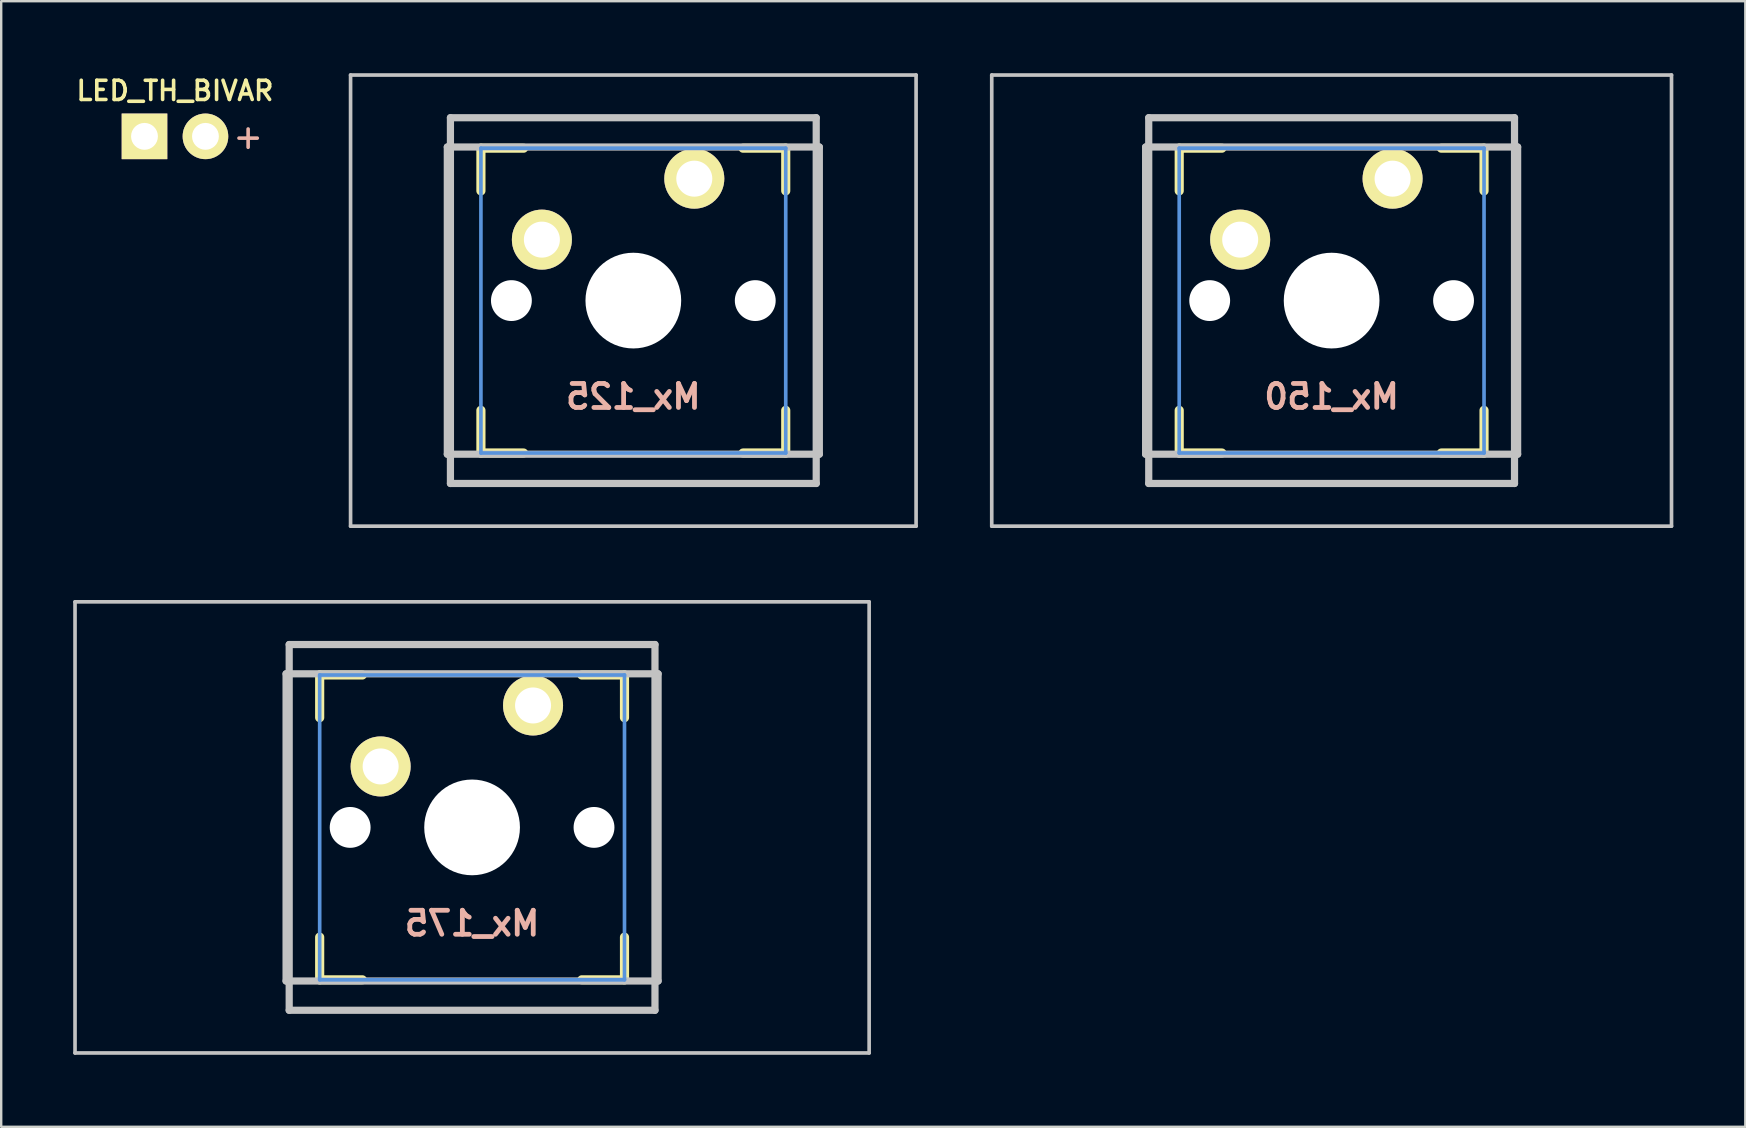
<source format=kicad_pcb>
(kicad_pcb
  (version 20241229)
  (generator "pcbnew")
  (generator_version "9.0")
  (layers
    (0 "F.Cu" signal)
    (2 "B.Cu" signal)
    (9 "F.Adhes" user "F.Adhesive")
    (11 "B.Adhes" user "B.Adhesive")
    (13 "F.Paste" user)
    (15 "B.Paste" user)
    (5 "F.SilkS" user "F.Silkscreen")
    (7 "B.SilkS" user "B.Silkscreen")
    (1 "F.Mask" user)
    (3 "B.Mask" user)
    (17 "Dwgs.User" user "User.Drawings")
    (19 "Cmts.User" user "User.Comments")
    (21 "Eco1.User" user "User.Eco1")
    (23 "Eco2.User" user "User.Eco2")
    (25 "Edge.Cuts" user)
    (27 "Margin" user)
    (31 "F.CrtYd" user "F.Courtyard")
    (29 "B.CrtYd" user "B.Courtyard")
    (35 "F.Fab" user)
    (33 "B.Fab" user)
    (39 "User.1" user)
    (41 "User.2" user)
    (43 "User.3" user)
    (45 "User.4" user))
  (footprint "Mx_125"
    (layer "F.Cu")
    (at 23.337 9.474)
    (property "Reference" "Mx_125" (at 0 4 0) (layer "B.SilkS") (effects (font (size 1 1) (thickness 0.2)) (justify mirror)))
    (attr through_hole)
    (fp_line (start -6.35 -6.35) (end -4.572 -6.35) (stroke (width 0.381) (type solid)) (layer "F.SilkS"))
    (fp_line (start -6.35 -4.572) (end -6.35 -6.35) (stroke (width 0.381) (type solid)) (layer "F.SilkS"))
    (fp_line (start -6.35 6.35) (end -6.35 4.572) (stroke (width 0.381) (type solid)) (layer "F.SilkS"))
    (fp_line (start -4.572 6.35) (end -6.35 6.35) (stroke (width 0.381) (type solid)) (layer "F.SilkS"))
    (fp_line (start 4.572 -6.35) (end 6.35 -6.35) (stroke (width 0.381) (type solid)) (layer "F.SilkS"))
    (fp_line (start 6.35 -6.35) (end 6.35 -4.572) (stroke (width 0.381) (type solid)) (layer "F.SilkS"))
    (fp_line (start 6.35 4.572) (end 6.35 6.35) (stroke (width 0.381) (type solid)) (layer "F.SilkS"))
    (fp_line (start 6.35 6.35) (end 4.572 6.35) (stroke (width 0.381) (type solid)) (layer "F.SilkS"))
    (fp_line (start -11.781 -9.398) (end 11.781 -9.398) (stroke (width 0.152) (type solid)) (layer "Dwgs.User"))
    (fp_line (start -11.781 9.398) (end -11.781 -9.398) (stroke (width 0.152) (type solid)) (layer "Dwgs.User"))
    (fp_line (start -7.75 6.4) (end -7.75 -6.4) (stroke (width 0.3) (type solid)) (layer "Dwgs.User"))
    (fp_line (start -7.75 6.4) (end 7.75 6.4) (stroke (width 0.3) (type solid)) (layer "Dwgs.User"))
    (fp_line (start -7.62 -7.62) (end 7.62 -7.62) (stroke (width 0.3) (type solid)) (layer "Dwgs.User"))
    (fp_line (start -7.62 7.62) (end -7.62 -7.62) (stroke (width 0.3) (type solid)) (layer "Dwgs.User"))
    (fp_line (start 7.62 -7.62) (end 7.62 7.62) (stroke (width 0.3) (type solid)) (layer "Dwgs.User"))
    (fp_line (start 7.62 7.62) (end -7.62 7.62) (stroke (width 0.3) (type solid)) (layer "Dwgs.User"))
    (fp_line (start 7.75 -6.4) (end -7.75 -6.4) (stroke (width 0.3) (type solid)) (layer "Dwgs.User"))
    (fp_line (start 7.75 6.4) (end 7.75 -6.4) (stroke (width 0.3) (type solid)) (layer "Dwgs.User"))
    (fp_line (start 11.781 -9.398) (end 11.781 9.398) (stroke (width 0.152) (type solid)) (layer "Dwgs.User"))
    (fp_line (start 11.781 9.398) (end -11.781 9.398) (stroke (width 0.152) (type solid)) (layer "Dwgs.User"))
    (fp_line (start -6.35 -6.35) (end 6.35 -6.35) (stroke (width 0.152) (type solid)) (layer "Cmts.User"))
    (fp_line (start -6.35 6.35) (end -6.35 -6.35) (stroke (width 0.152) (type solid)) (layer "Cmts.User"))
    (fp_line (start 6.35 -6.35) (end 6.35 6.35) (stroke (width 0.152) (type solid)) (layer "Cmts.User"))
    (fp_line (start 6.35 6.35) (end -6.35 6.35) (stroke (width 0.152) (type solid)) (layer "Cmts.User"))
    (fp_line (start -6.985 -6.985) (end 6.985 -6.985) (stroke (width 0.152) (type solid)) (layer "Eco2.User"))
    (fp_line (start -6.985 6.985) (end -6.985 -6.985) (stroke (width 0.152) (type solid)) (layer "Eco2.User"))
    (fp_line (start 6.985 -6.985) (end 6.985 6.985) (stroke (width 0.152) (type solid)) (layer "Eco2.User"))
    (fp_line (start 6.985 6.985) (end -6.985 6.985) (stroke (width 0.152) (type solid)) (layer "Eco2.User"))
    (pad "" np_thru_hole circle (at -5.08 0) (size 1.702 1.702) (drill 1.702) (layers "*.Cu"))
    (pad "" np_thru_hole circle (at 0 0) (size 3.988 3.988) (drill 3.988) (layers "*.Cu"))
    (pad "" np_thru_hole circle (at 5.08 0) (size 1.702 1.702) (drill 1.702) (layers "*.Cu"))
    (pad "1" thru_hole circle (at -3.81 -2.54 330.95) (size 2.5 2.5) (drill 1.5) (layers "*.Cu" "*.Mask" "F.SilkS"))
    (pad "2" thru_hole circle (at 2.54 -5.08 356.1) (size 2.5 2.5) (drill 1.5) (layers "*.Cu" "*.Mask" "F.SilkS")))
  (footprint "LED_TH_BIVAR"
    (layer "F.Cu")
    (at 4.24 2.631)
    (property "Reference" "LED_TH_BIVAR" (at 0 -1.9 0) (layer "F.SilkS") (effects (font (size 0.8 0.8) (thickness 0.15))))
    (attr through_hole)
    (fp_text user "+" (at 3.048 0 0) (layer "B.SilkS") (effects (font (size 1 1) (thickness 0.15)) (justify mirror)))
    (pad "1" thru_hole rect (at -1.27 0) (size 1.9 1.9) (drill 1.118) (layers "*.Cu" "*.Mask" "F.SilkS"))
    (pad "2" thru_hole circle (at 1.27 0) (size 1.9 1.9) (drill 1.118) (layers "*.Cu" "*.Mask" "F.SilkS")))
  (footprint "Mx_150"
    (layer "F.Cu")
    (at 52.431 9.474)
    (property "Reference" "Mx_150" (at 0 4 0) (layer "B.SilkS") (effects (font (size 1 1) (thickness 0.2)) (justify mirror)))
    (attr through_hole)
    (fp_line (start -6.35 -6.35) (end -4.572 -6.35) (stroke (width 0.381) (type solid)) (layer "F.SilkS"))
    (fp_line (start -6.35 -4.572) (end -6.35 -6.35) (stroke (width 0.381) (type solid)) (layer "F.SilkS"))
    (fp_line (start -6.35 6.35) (end -6.35 4.572) (stroke (width 0.381) (type solid)) (layer "F.SilkS"))
    (fp_line (start -4.572 6.35) (end -6.35 6.35) (stroke (width 0.381) (type solid)) (layer "F.SilkS"))
    (fp_line (start 4.572 -6.35) (end 6.35 -6.35) (stroke (width 0.381) (type solid)) (layer "F.SilkS"))
    (fp_line (start 6.35 -6.35) (end 6.35 -4.572) (stroke (width 0.381) (type solid)) (layer "F.SilkS"))
    (fp_line (start 6.35 4.572) (end 6.35 6.35) (stroke (width 0.381) (type solid)) (layer "F.SilkS"))
    (fp_line (start 6.35 6.35) (end 4.572 6.35) (stroke (width 0.381) (type solid)) (layer "F.SilkS"))
    (fp_line (start -14.161 -9.398) (end 14.161 -9.398) (stroke (width 0.152) (type solid)) (layer "Dwgs.User"))
    (fp_line (start -14.161 9.398) (end -14.161 -9.398) (stroke (width 0.152) (type solid)) (layer "Dwgs.User"))
    (fp_line (start -7.75 6.4) (end -7.75 -6.4) (stroke (width 0.3) (type solid)) (layer "Dwgs.User"))
    (fp_line (start -7.75 6.4) (end 7.75 6.4) (stroke (width 0.3) (type solid)) (layer "Dwgs.User"))
    (fp_line (start -7.62 -7.62) (end 7.62 -7.62) (stroke (width 0.3) (type solid)) (layer "Dwgs.User"))
    (fp_line (start -7.62 7.62) (end -7.62 -7.62) (stroke (width 0.3) (type solid)) (layer "Dwgs.User"))
    (fp_line (start 7.62 -7.62) (end 7.62 7.62) (stroke (width 0.3) (type solid)) (layer "Dwgs.User"))
    (fp_line (start 7.62 7.62) (end -7.62 7.62) (stroke (width 0.3) (type solid)) (layer "Dwgs.User"))
    (fp_line (start 7.75 -6.4) (end -7.75 -6.4) (stroke (width 0.3) (type solid)) (layer "Dwgs.User"))
    (fp_line (start 7.75 6.4) (end 7.75 -6.4) (stroke (width 0.3) (type solid)) (layer "Dwgs.User"))
    (fp_line (start 14.161 -9.398) (end 14.161 9.398) (stroke (width 0.152) (type solid)) (layer "Dwgs.User"))
    (fp_line (start 14.161 9.398) (end -14.161 9.398) (stroke (width 0.152) (type solid)) (layer "Dwgs.User"))
    (fp_line (start -6.35 -6.35) (end 6.35 -6.35) (stroke (width 0.152) (type solid)) (layer "Cmts.User"))
    (fp_line (start -6.35 6.35) (end -6.35 -6.35) (stroke (width 0.152) (type solid)) (layer "Cmts.User"))
    (fp_line (start 6.35 -6.35) (end 6.35 6.35) (stroke (width 0.152) (type solid)) (layer "Cmts.User"))
    (fp_line (start 6.35 6.35) (end -6.35 6.35) (stroke (width 0.152) (type solid)) (layer "Cmts.User"))
    (fp_line (start -6.985 -6.985) (end 6.985 -6.985) (stroke (width 0.152) (type solid)) (layer "Eco2.User"))
    (fp_line (start -6.985 6.985) (end -6.985 -6.985) (stroke (width 0.152) (type solid)) (layer "Eco2.User"))
    (fp_line (start 6.985 -6.985) (end 6.985 6.985) (stroke (width 0.152) (type solid)) (layer "Eco2.User"))
    (fp_line (start 6.985 6.985) (end -6.985 6.985) (stroke (width 0.152) (type solid)) (layer "Eco2.User"))
    (pad "" np_thru_hole circle (at -5.08 0) (size 1.702 1.702) (drill 1.702) (layers "*.Cu"))
    (pad "" np_thru_hole circle (at 0 0) (size 3.988 3.988) (drill 3.988) (layers "*.Cu"))
    (pad "" np_thru_hole circle (at 5.08 0) (size 1.702 1.702) (drill 1.702) (layers "*.Cu"))
    (pad "1" thru_hole circle (at -3.81 -2.54 330.95) (size 2.5 2.5) (drill 1.5) (layers "*.Cu" "*.Mask" "F.SilkS"))
    (pad "2" thru_hole circle (at 2.54 -5.08 356.1) (size 2.5 2.5) (drill 1.5) (layers "*.Cu" "*.Mask" "F.SilkS")))
  (footprint "Mx_175"
    (layer "F.Cu")
    (at 16.619 31.423)
    (property "Reference" "Mx_175" (at 0 4 0) (layer "B.SilkS") (effects (font (size 1 1) (thickness 0.2)) (justify mirror)))
    (attr through_hole)
    (fp_line (start -6.35 -6.35) (end -4.572 -6.35) (stroke (width 0.381) (type solid)) (layer "F.SilkS"))
    (fp_line (start -6.35 -4.572) (end -6.35 -6.35) (stroke (width 0.381) (type solid)) (layer "F.SilkS"))
    (fp_line (start -6.35 6.35) (end -6.35 4.572) (stroke (width 0.381) (type solid)) (layer "F.SilkS"))
    (fp_line (start -4.572 6.35) (end -6.35 6.35) (stroke (width 0.381) (type solid)) (layer "F.SilkS"))
    (fp_line (start 4.572 -6.35) (end 6.35 -6.35) (stroke (width 0.381) (type solid)) (layer "F.SilkS"))
    (fp_line (start 6.35 -6.35) (end 6.35 -4.572) (stroke (width 0.381) (type solid)) (layer "F.SilkS"))
    (fp_line (start 6.35 4.572) (end 6.35 6.35) (stroke (width 0.381) (type solid)) (layer "F.SilkS"))
    (fp_line (start 6.35 6.35) (end 4.572 6.35) (stroke (width 0.381) (type solid)) (layer "F.SilkS"))
    (fp_line (start -16.543 -9.398) (end 16.543 -9.398) (stroke (width 0.152) (type solid)) (layer "Dwgs.User"))
    (fp_line (start -16.543 9.398) (end -16.543 -9.398) (stroke (width 0.152) (type solid)) (layer "Dwgs.User"))
    (fp_line (start -7.75 6.4) (end -7.75 -6.4) (stroke (width 0.3) (type solid)) (layer "Dwgs.User"))
    (fp_line (start -7.75 6.4) (end 7.75 6.4) (stroke (width 0.3) (type solid)) (layer "Dwgs.User"))
    (fp_line (start -7.62 -7.62) (end 7.62 -7.62) (stroke (width 0.3) (type solid)) (layer "Dwgs.User"))
    (fp_line (start -7.62 7.62) (end -7.62 -7.62) (stroke (width 0.3) (type solid)) (layer "Dwgs.User"))
    (fp_line (start 7.62 -7.62) (end 7.62 7.62) (stroke (width 0.3) (type solid)) (layer "Dwgs.User"))
    (fp_line (start 7.62 7.62) (end -7.62 7.62) (stroke (width 0.3) (type solid)) (layer "Dwgs.User"))
    (fp_line (start 7.75 -6.4) (end -7.75 -6.4) (stroke (width 0.3) (type solid)) (layer "Dwgs.User"))
    (fp_line (start 7.75 6.4) (end 7.75 -6.4) (stroke (width 0.3) (type solid)) (layer "Dwgs.User"))
    (fp_line (start 16.543 -9.398) (end 16.543 9.398) (stroke (width 0.152) (type solid)) (layer "Dwgs.User"))
    (fp_line (start 16.543 9.398) (end -16.543 9.398) (stroke (width 0.152) (type solid)) (layer "Dwgs.User"))
    (fp_line (start -6.35 -6.35) (end 6.35 -6.35) (stroke (width 0.152) (type solid)) (layer "Cmts.User"))
    (fp_line (start -6.35 6.35) (end -6.35 -6.35) (stroke (width 0.152) (type solid)) (layer "Cmts.User"))
    (fp_line (start 6.35 -6.35) (end 6.35 6.35) (stroke (width 0.152) (type solid)) (layer "Cmts.User"))
    (fp_line (start 6.35 6.35) (end -6.35 6.35) (stroke (width 0.152) (type solid)) (layer "Cmts.User"))
    (fp_line (start -6.985 -6.985) (end 6.985 -6.985) (stroke (width 0.152) (type solid)) (layer "Eco2.User"))
    (fp_line (start -6.985 6.985) (end -6.985 -6.985) (stroke (width 0.152) (type solid)) (layer "Eco2.User"))
    (fp_line (start 6.985 -6.985) (end 6.985 6.985) (stroke (width 0.152) (type solid)) (layer "Eco2.User"))
    (fp_line (start 6.985 6.985) (end -6.985 6.985) (stroke (width 0.152) (type solid)) (layer "Eco2.User"))
    (pad "" np_thru_hole circle (at -5.08 0) (size 1.702 1.702) (drill 1.702) (layers "*.Cu"))
    (pad "" np_thru_hole circle (at 0 0) (size 3.988 3.988) (drill 3.988) (layers "*.Cu"))
    (pad "" np_thru_hole circle (at 5.08 0) (size 1.702 1.702) (drill 1.702) (layers "*.Cu"))
    (pad "1" thru_hole circle (at -3.81 -2.54 330.95) (size 2.5 2.5) (drill 1.5) (layers "*.Cu" "*.Mask" "F.SilkS"))
    (pad "2" thru_hole circle (at 2.54 -5.08 356.1) (size 2.5 2.5) (drill 1.5) (layers "*.Cu" "*.Mask" "F.SilkS")))
  (gr_rect
    (start -3 -3)
    (end 69.667 43.897)
    (stroke (width 0.1) (type default))
    (fill no)
    (layer "Edge.Cuts")))
</source>
